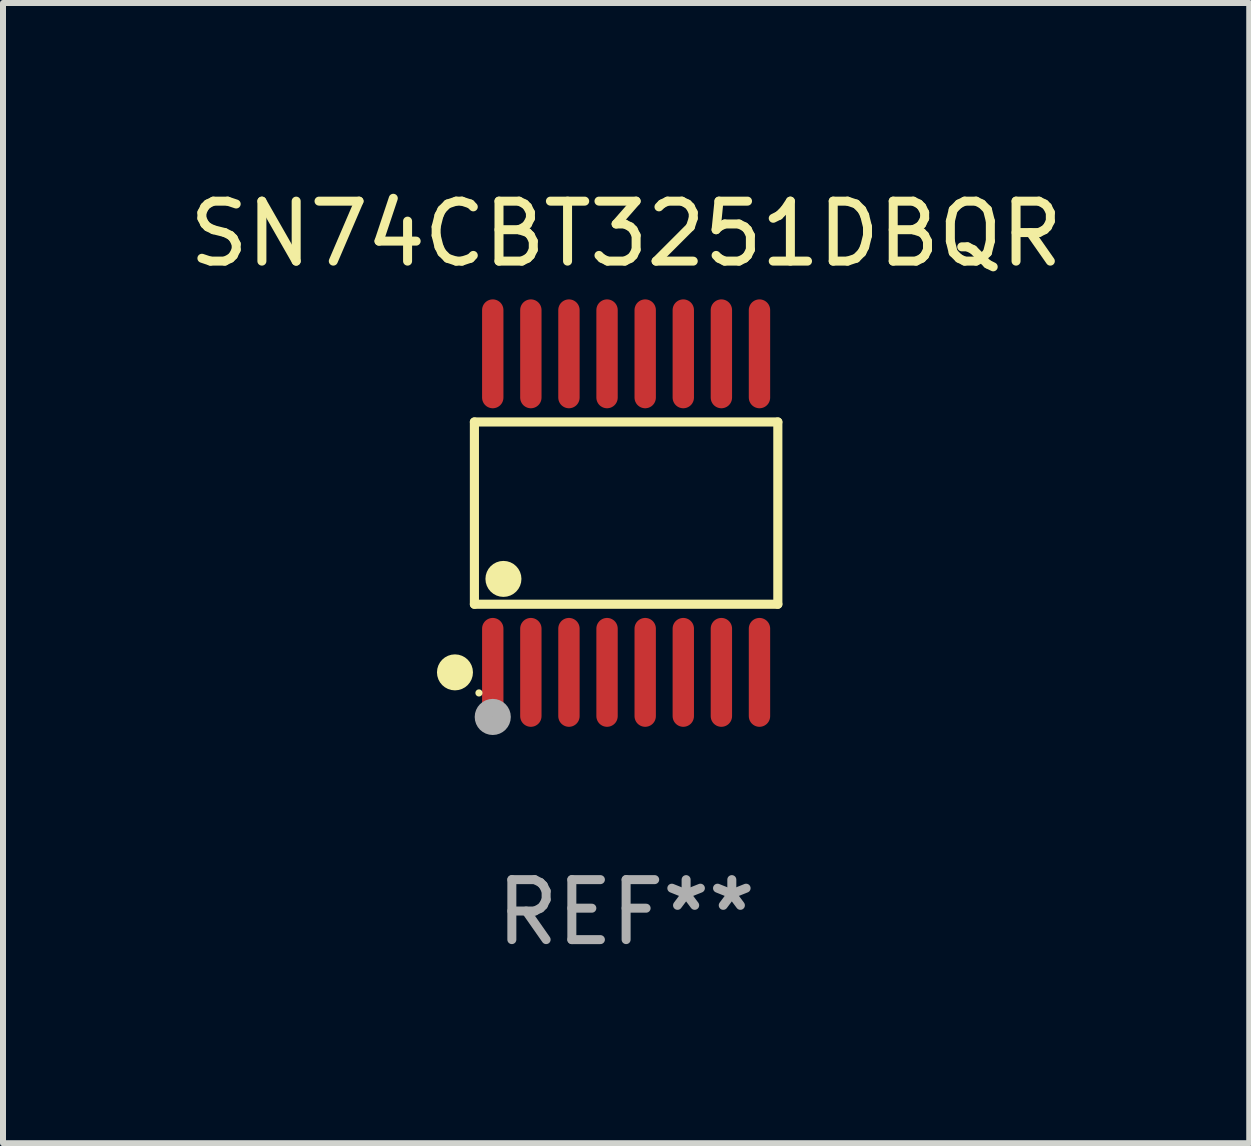
<source format=kicad_pcb>
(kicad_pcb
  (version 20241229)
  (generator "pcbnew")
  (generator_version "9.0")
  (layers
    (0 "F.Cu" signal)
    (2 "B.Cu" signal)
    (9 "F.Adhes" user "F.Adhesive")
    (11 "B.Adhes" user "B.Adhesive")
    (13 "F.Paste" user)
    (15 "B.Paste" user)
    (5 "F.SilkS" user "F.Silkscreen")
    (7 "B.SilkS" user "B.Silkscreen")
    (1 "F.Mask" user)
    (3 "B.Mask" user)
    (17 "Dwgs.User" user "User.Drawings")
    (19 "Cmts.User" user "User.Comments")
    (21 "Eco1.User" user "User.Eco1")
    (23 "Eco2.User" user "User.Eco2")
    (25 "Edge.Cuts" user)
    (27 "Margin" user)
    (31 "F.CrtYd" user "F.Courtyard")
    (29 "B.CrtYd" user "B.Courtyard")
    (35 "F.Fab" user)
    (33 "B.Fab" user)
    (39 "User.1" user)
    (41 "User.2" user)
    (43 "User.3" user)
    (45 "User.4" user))
  (footprint "SN74CBT3251DBQR"
    (layer "F.Cu")
    (at 7.387 5.503)
    (property "Reference" "SN74CBT3251DBQR" (at 0 -4.655 0) (layer "F.SilkS") (effects (font (size 1 1) (thickness 0.15))))
    (attr through_hole)
    (fp_line (start -2.529 -1.519) (end 2.529 -1.519) (stroke (width 0.152) (type solid)) (layer "F.SilkS"))
    (fp_line (start -2.529 1.519) (end -2.529 -1.519) (stroke (width 0.152) (type solid)) (layer "F.SilkS"))
    (fp_line (start 2.529 -1.519) (end 2.529 1.519) (stroke (width 0.152) (type solid)) (layer "F.SilkS"))
    (fp_line (start 2.529 1.519) (end -2.529 1.519) (stroke (width 0.152) (type solid)) (layer "F.SilkS"))
    (fp_circle (center -2.853 2.655) (end -2.703 2.655) (stroke (width 0.3) (type solid)) (fill no) (layer "F.SilkS"))
    (fp_circle (center -2.453 2.998) (end -2.423 2.998) (stroke (width 0.06) (type solid)) (fill no) (layer "F.SilkS"))
    (fp_circle (center -2.045 1.097) (end -1.895 1.097) (stroke (width 0.3) (type solid)) (fill no) (layer "F.SilkS"))
    (fp_circle (center -2.223 3.398) (end -2.072 3.398) (stroke (width 0.3) (type solid)) (fill no) (layer "F.Fab"))
    (fp_text user "REF**" (at 0 6.655 0) (layer "F.Fab") (effects (font (size 1 1) (thickness 0.15))))
    (pad "1" smd oval (at -2.223 2.655) (size 0.356 1.815) (layers "F.Cu" "F.Mask" "F.Paste"))
    (pad "2" smd oval (at -1.588 2.655) (size 0.356 1.815) (layers "F.Cu" "F.Mask" "F.Paste"))
    (pad "3" smd oval (at -0.953 2.655) (size 0.356 1.815) (layers "F.Cu" "F.Mask" "F.Paste"))
    (pad "4" smd oval (at -0.318 2.655) (size 0.356 1.815) (layers "F.Cu" "F.Mask" "F.Paste"))
    (pad "5" smd oval (at 0.318 2.655) (size 0.356 1.815) (layers "F.Cu" "F.Mask" "F.Paste"))
    (pad "6" smd oval (at 0.953 2.655) (size 0.356 1.815) (layers "F.Cu" "F.Mask" "F.Paste"))
    (pad "7" smd oval (at 1.588 2.655) (size 0.356 1.815) (layers "F.Cu" "F.Mask" "F.Paste"))
    (pad "8" smd oval (at 2.223 2.655) (size 0.356 1.815) (layers "F.Cu" "F.Mask" "F.Paste"))
    (pad "9" smd oval (at 2.223 -2.655) (size 0.356 1.815) (layers "F.Cu" "F.Mask" "F.Paste"))
    (pad "10" smd oval (at 1.588 -2.655) (size 0.356 1.815) (layers "F.Cu" "F.Mask" "F.Paste"))
    (pad "11" smd oval (at 0.953 -2.655) (size 0.356 1.815) (layers "F.Cu" "F.Mask" "F.Paste"))
    (pad "12" smd oval (at 0.318 -2.655) (size 0.356 1.815) (layers "F.Cu" "F.Mask" "F.Paste"))
    (pad "13" smd oval (at -0.318 -2.655) (size 0.356 1.815) (layers "F.Cu" "F.Mask" "F.Paste"))
    (pad "14" smd oval (at -0.953 -2.655) (size 0.356 1.815) (layers "F.Cu" "F.Mask" "F.Paste"))
    (pad "15" smd oval (at -1.588 -2.655) (size 0.356 1.815) (layers "F.Cu" "F.Mask" "F.Paste"))
    (pad "16" smd oval (at -2.223 -2.655) (size 0.356 1.815) (layers "F.Cu" "F.Mask" "F.Paste")))
  (gr_rect
    (start -3 -3)
    (end 17.774 16.006)
    (stroke (width 0.1) (type default))
    (fill no)
    (layer "Edge.Cuts")))
</source>
